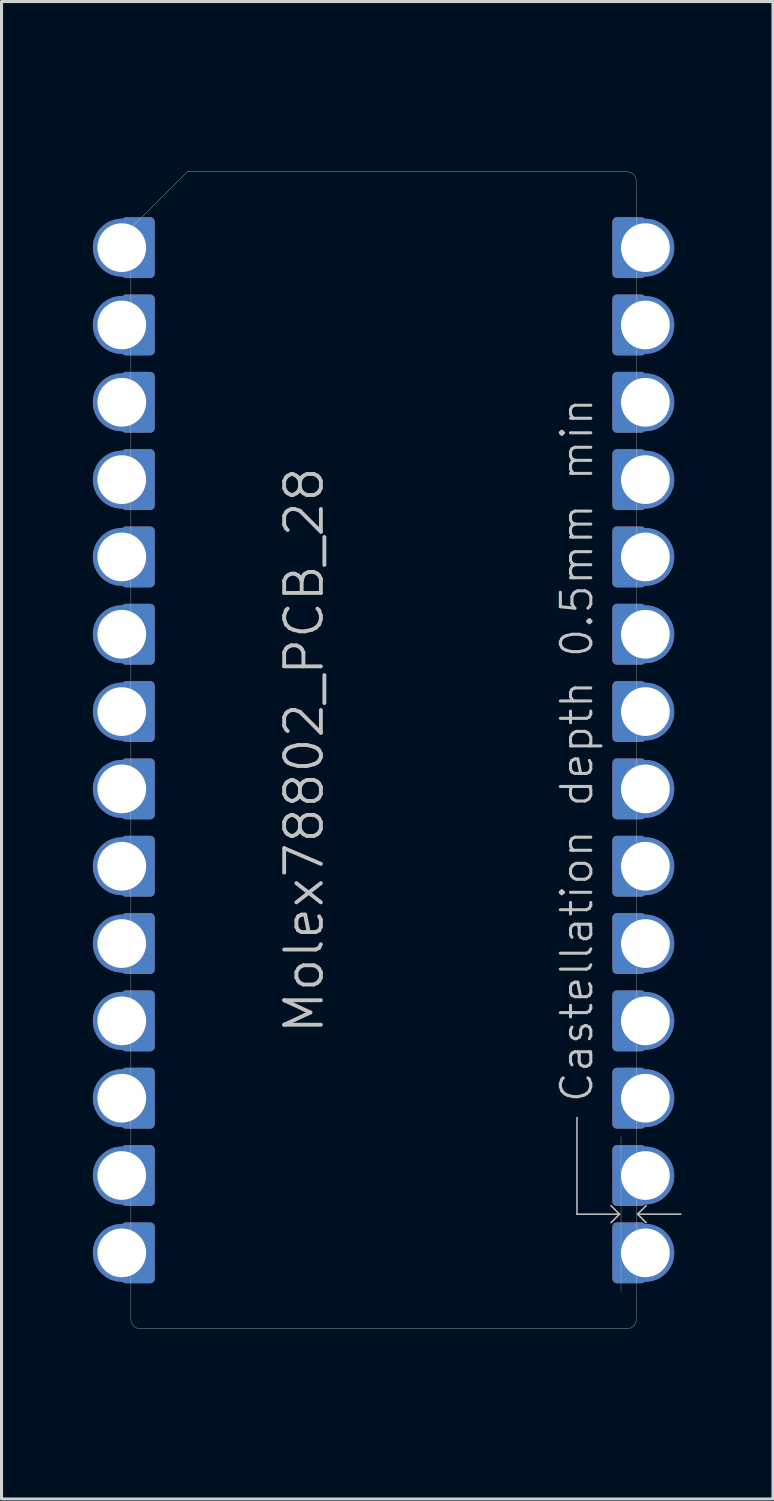
<source format=kicad_pcb>
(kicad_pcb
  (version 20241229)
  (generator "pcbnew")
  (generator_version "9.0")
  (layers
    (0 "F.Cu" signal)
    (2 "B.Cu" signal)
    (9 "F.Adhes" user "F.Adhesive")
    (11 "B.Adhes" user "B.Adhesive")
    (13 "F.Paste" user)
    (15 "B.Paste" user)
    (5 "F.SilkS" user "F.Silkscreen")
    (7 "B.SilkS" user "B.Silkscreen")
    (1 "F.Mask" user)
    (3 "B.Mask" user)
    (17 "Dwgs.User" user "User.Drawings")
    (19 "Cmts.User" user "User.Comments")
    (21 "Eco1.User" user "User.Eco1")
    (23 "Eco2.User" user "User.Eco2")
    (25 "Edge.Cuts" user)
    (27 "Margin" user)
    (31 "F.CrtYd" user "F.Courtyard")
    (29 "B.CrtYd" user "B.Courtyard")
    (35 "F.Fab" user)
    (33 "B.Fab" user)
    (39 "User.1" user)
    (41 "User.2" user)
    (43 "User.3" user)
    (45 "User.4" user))
  (footprint "Molex78802_PCB_28"
    (layer "F.Cu")
    (at 9.55 21.595)
    (property "Reference" "Molex78802_PCB_28" (at -1.905 0 270) (layer "Dwgs.User") (effects (font (size 1.206 1.206) (thickness 0.127)) (justify bottom)))
    (attr exclude_from_pos_files exclude_from_bom)
    (fp_line (start 6.353 12.065) (end 6.353 15.24) (stroke (width 0.05) (type solid)) (layer "Dwgs.User"))
    (fp_line (start 6.353 15.24) (end 7.75 15.24) (stroke (width 0.05) (type solid)) (layer "Dwgs.User"))
    (fp_line (start 7.47 14.96) (end 7.75 15.24) (stroke (width 0.05) (type solid)) (layer "Dwgs.User"))
    (fp_line (start 7.75 15.24) (end 7.47 15.52) (stroke (width 0.05) (type solid)) (layer "Dwgs.User"))
    (fp_line (start 7.8 17.78) (end 7.8 12.7) (stroke (width 0.01) (type solid)) (layer "Dwgs.User"))
    (fp_line (start 8.345 15.24) (end 8.625 15.52) (stroke (width 0.05) (type solid)) (layer "Dwgs.User"))
    (fp_line (start 8.37 15.24) (end 9.767 15.24) (stroke (width 0.05) (type solid)) (layer "Dwgs.User"))
    (fp_line (start 8.625 14.96) (end 8.345 15.24) (stroke (width 0.05) (type solid)) (layer "Dwgs.User"))
    (fp_line (start -8.26 -19.05) (end -0.762 -19.05) (stroke (width 0.01) (type solid)) (layer "Eco1.User"))
    (fp_line (start -8.26 19.05) (end -8.26 -19.05) (stroke (width 0.01) (type solid)) (layer "Eco1.User"))
    (fp_line (start -8.26 19.05) (end -4.559 19.05) (stroke (width 0.01) (type solid)) (layer "Eco1.User"))
    (fp_line (start -4.559 19.05) (end -4.559 21.59) (stroke (width 0.01) (type solid)) (layer "Eco1.User"))
    (fp_line (start -4.559 21.59) (end -3.035 21.59) (stroke (width 0.01) (type solid)) (layer "Eco1.User"))
    (fp_line (start -3.035 21.59) (end -3.035 19.05) (stroke (width 0.01) (type solid)) (layer "Eco1.User"))
    (fp_line (start -0.762 -21.59) (end 0.762 -21.59) (stroke (width 0.01) (type solid)) (layer "Eco1.User"))
    (fp_line (start -0.762 -19.05) (end -0.762 -21.59) (stroke (width 0.01) (type solid)) (layer "Eco1.User"))
    (fp_line (start 0.762 -21.59) (end 0.762 -19.05) (stroke (width 0.01) (type solid)) (layer "Eco1.User"))
    (fp_line (start 0.762 -19.05) (end 8.26 -19.05) (stroke (width 0.01) (type solid)) (layer "Eco1.User"))
    (fp_line (start 3.035 19.05) (end -3.035 19.05) (stroke (width 0.01) (type solid)) (layer "Eco1.User"))
    (fp_line (start 3.035 21.59) (end 3.035 19.05) (stroke (width 0.01) (type solid)) (layer "Eco1.User"))
    (fp_line (start 4.559 19.05) (end 4.559 21.59) (stroke (width 0.01) (type solid)) (layer "Eco1.User"))
    (fp_line (start 4.559 19.05) (end 8.26 19.05) (stroke (width 0.01) (type solid)) (layer "Eco1.User"))
    (fp_line (start 4.559 21.59) (end 3.035 21.59) (stroke (width 0.01) (type solid)) (layer "Eco1.User"))
    (fp_line (start 8.26 19.05) (end 8.26 -19.05) (stroke (width 0.01) (type solid)) (layer "Eco1.User"))
    (fp_line (start -8.3 18.7) (end -8.3 -17.15) (stroke (width 0.01) (type solid)) (layer "Edge.Cuts"))
    (fp_line (start -8 19) (end 8 19) (stroke (width 0.01) (type solid)) (layer "Edge.Cuts"))
    (fp_line (start -6.45 -19) (end -8.3 -17.15) (stroke (width 0.01) (type solid)) (layer "Edge.Cuts"))
    (fp_line (start 8 -19) (end -6.45 -19) (stroke (width 0.01) (type solid)) (layer "Edge.Cuts"))
    (fp_line (start 8.3 18.7) (end 8.3 -18.7) (stroke (width 0.01) (type solid)) (layer "Edge.Cuts"))
    (fp_arc (start -8 19) (mid -8.212132 18.912132) (end -8.3 18.7) (stroke (width 0.01) (type solid)) (layer "Edge.Cuts"))
    (fp_arc (start 8 -19) (mid 8.212132 -18.912132) (end 8.3 -18.7) (stroke (width 0.01) (type solid)) (layer "Edge.Cuts"))
    (fp_arc (start 8.3 18.7) (mid 8.212132 18.912132) (end 8 19) (stroke (width 0.01) (type solid)) (layer "Edge.Cuts"))
    (fp_text user "Castellation depth 0.5mm min" (at 6.35 0 270) (layer "Dwgs.User") (effects (font (size 1 1) (thickness 0.1))))
    (fp_text user "User.Eco1 = alternate Edge.Cuts for use without carrier." (at -4.445 0 270) (layer "Eco1.User") (effects (font (size 0.8 0.8) (thickness 0.05))))
    (pad "1" thru_hole circle (at -8.6 -16.51) (size 1.9 1.9) (drill 1.6) (property pad_prop_castellated) (layers "*.Cu" "*.Mask"))
    (pad "1" smd roundrect (at -8.065 -16.51) (size 1.1 2) (layers "F.Cu") (roundrect_rratio 0.136))
    (pad "1" smd roundrect (at -8.065 -16.51) (size 1.1 2) (layers "B.Cu") (roundrect_rratio 0.136))
    (pad "2" thru_hole circle (at -8.6 -13.97) (size 1.9 1.9) (drill 1.6) (property pad_prop_castellated) (layers "*.Cu" "*.Mask"))
    (pad "2" smd roundrect (at -8.065 -13.97) (size 1.1 2) (layers "F.Cu") (roundrect_rratio 0.136))
    (pad "2" smd roundrect (at -8.065 -13.97) (size 1.1 2) (layers "B.Cu") (roundrect_rratio 0.136))
    (pad "3" thru_hole circle (at -8.6 -11.43) (size 1.9 1.9) (drill 1.6) (property pad_prop_castellated) (layers "*.Cu" "*.Mask"))
    (pad "3" smd roundrect (at -8.065 -11.43) (size 1.1 2) (layers "F.Cu") (roundrect_rratio 0.136))
    (pad "3" smd roundrect (at -8.065 -11.43) (size 1.1 2) (layers "B.Cu") (roundrect_rratio 0.136))
    (pad "4" thru_hole circle (at -8.6 -8.89) (size 1.9 1.9) (drill 1.6) (property pad_prop_castellated) (layers "*.Cu" "*.Mask"))
    (pad "4" smd roundrect (at -8.065 -8.89) (size 1.1 2) (layers "F.Cu") (roundrect_rratio 0.136))
    (pad "4" smd roundrect (at -8.065 -8.89) (size 1.1 2) (layers "B.Cu") (roundrect_rratio 0.136))
    (pad "5" thru_hole circle (at -8.6 -6.35) (size 1.9 1.9) (drill 1.6) (property pad_prop_castellated) (layers "*.Cu" "*.Mask"))
    (pad "5" smd roundrect (at -8.065 -6.35) (size 1.1 2) (layers "F.Cu") (roundrect_rratio 0.136))
    (pad "5" smd roundrect (at -8.065 -6.35) (size 1.1 2) (layers "B.Cu") (roundrect_rratio 0.136))
    (pad "6" thru_hole circle (at -8.6 -3.81) (size 1.9 1.9) (drill 1.6) (property pad_prop_castellated) (layers "*.Cu" "*.Mask"))
    (pad "6" smd roundrect (at -8.065 -3.81) (size 1.1 2) (layers "F.Cu") (roundrect_rratio 0.136))
    (pad "6" smd roundrect (at -8.065 -3.81) (size 1.1 2) (layers "B.Cu") (roundrect_rratio 0.136))
    (pad "7" thru_hole circle (at -8.6 -1.27) (size 1.9 1.9) (drill 1.6) (property pad_prop_castellated) (layers "*.Cu" "*.Mask"))
    (pad "7" smd roundrect (at -8.065 -1.27) (size 1.1 2) (layers "F.Cu") (roundrect_rratio 0.136))
    (pad "7" smd roundrect (at -8.065 -1.27) (size 1.1 2) (layers "B.Cu") (roundrect_rratio 0.136))
    (pad "8" thru_hole circle (at -8.6 1.27) (size 1.9 1.9) (drill 1.6) (property pad_prop_castellated) (layers "*.Cu" "*.Mask"))
    (pad "8" smd roundrect (at -8.065 1.27) (size 1.1 2) (layers "F.Cu") (roundrect_rratio 0.136))
    (pad "8" smd roundrect (at -8.065 1.27) (size 1.1 2) (layers "B.Cu") (roundrect_rratio 0.136))
    (pad "9" thru_hole circle (at -8.6 3.81) (size 1.9 1.9) (drill 1.6) (property pad_prop_castellated) (layers "*.Cu" "*.Mask"))
    (pad "9" smd roundrect (at -8.065 3.81) (size 1.1 2) (layers "F.Cu") (roundrect_rratio 0.136))
    (pad "9" smd roundrect (at -8.065 3.81) (size 1.1 2) (layers "B.Cu") (roundrect_rratio 0.136))
    (pad "10" thru_hole circle (at -8.6 6.35) (size 1.9 1.9) (drill 1.6) (property pad_prop_castellated) (layers "*.Cu" "*.Mask"))
    (pad "10" smd roundrect (at -8.065 6.35) (size 1.1 2) (layers "F.Cu") (roundrect_rratio 0.136))
    (pad "10" smd roundrect (at -8.065 6.35) (size 1.1 2) (layers "B.Cu") (roundrect_rratio 0.136))
    (pad "11" thru_hole circle (at -8.6 8.89) (size 1.9 1.9) (drill 1.6) (property pad_prop_castellated) (layers "*.Cu" "*.Mask"))
    (pad "11" smd roundrect (at -8.065 8.89) (size 1.1 2) (layers "F.Cu") (roundrect_rratio 0.136))
    (pad "11" smd roundrect (at -8.065 8.89) (size 1.1 2) (layers "B.Cu") (roundrect_rratio 0.136))
    (pad "12" thru_hole circle (at -8.6 11.43) (size 1.9 1.9) (drill 1.6) (property pad_prop_castellated) (layers "*.Cu" "*.Mask"))
    (pad "12" smd roundrect (at -8.065 11.43) (size 1.1 2) (layers "F.Cu") (roundrect_rratio 0.136))
    (pad "12" smd roundrect (at -8.065 11.43) (size 1.1 2) (layers "B.Cu") (roundrect_rratio 0.136))
    (pad "13" thru_hole circle (at -8.6 13.97) (size 1.9 1.9) (drill 1.6) (property pad_prop_castellated) (layers "*.Cu" "*.Mask"))
    (pad "13" smd roundrect (at -8.065 13.97) (size 1.1 2) (layers "F.Cu") (roundrect_rratio 0.136))
    (pad "13" smd roundrect (at -8.065 13.97) (size 1.1 2) (layers "B.Cu") (roundrect_rratio 0.136))
    (pad "14" thru_hole circle (at -8.6 16.51) (size 1.9 1.9) (drill 1.6) (property pad_prop_castellated) (layers "*.Cu" "*.Mask"))
    (pad "14" smd roundrect (at -8.065 16.51) (size 1.1 2) (layers "F.Cu") (roundrect_rratio 0.136))
    (pad "14" smd roundrect (at -8.065 16.51) (size 1.1 2) (layers "B.Cu") (roundrect_rratio 0.136))
    (pad "15" smd roundrect (at 8.065 16.51) (size 1.1 2) (layers "F.Cu") (roundrect_rratio 0.136))
    (pad "15" smd roundrect (at 8.065 16.51) (size 1.1 2) (layers "B.Cu") (roundrect_rratio 0.136))
    (pad "15" thru_hole circle (at 8.6 16.51) (size 1.9 1.9) (drill 1.6) (property pad_prop_castellated) (layers "*.Cu" "*.Mask"))
    (pad "16" smd roundrect (at 8.065 13.97) (size 1.1 2) (layers "F.Cu") (roundrect_rratio 0.136))
    (pad "16" smd roundrect (at 8.065 13.97) (size 1.1 2) (layers "B.Cu") (roundrect_rratio 0.136))
    (pad "16" thru_hole circle (at 8.6 13.97) (size 1.9 1.9) (drill 1.6) (property pad_prop_castellated) (layers "*.Cu" "*.Mask"))
    (pad "17" smd roundrect (at 8.065 11.43) (size 1.1 2) (layers "F.Cu") (roundrect_rratio 0.136))
    (pad "17" smd roundrect (at 8.065 11.43) (size 1.1 2) (layers "B.Cu") (roundrect_rratio 0.136))
    (pad "17" thru_hole circle (at 8.6 11.43) (size 1.9 1.9) (drill 1.6) (property pad_prop_castellated) (layers "*.Cu" "*.Mask"))
    (pad "18" smd roundrect (at 8.065 8.89) (size 1.1 2) (layers "F.Cu") (roundrect_rratio 0.136))
    (pad "18" smd roundrect (at 8.065 8.89) (size 1.1 2) (layers "B.Cu") (roundrect_rratio 0.136))
    (pad "18" thru_hole circle (at 8.6 8.89) (size 1.9 1.9) (drill 1.6) (property pad_prop_castellated) (layers "*.Cu" "*.Mask"))
    (pad "19" smd roundrect (at 8.065 6.35) (size 1.1 2) (layers "F.Cu") (roundrect_rratio 0.136))
    (pad "19" smd roundrect (at 8.065 6.35) (size 1.1 2) (layers "B.Cu") (roundrect_rratio 0.136))
    (pad "19" thru_hole circle (at 8.6 6.35) (size 1.9 1.9) (drill 1.6) (property pad_prop_castellated) (layers "*.Cu" "*.Mask"))
    (pad "20" smd roundrect (at 8.065 3.81) (size 1.1 2) (layers "F.Cu") (roundrect_rratio 0.136))
    (pad "20" smd roundrect (at 8.065 3.81) (size 1.1 2) (layers "B.Cu") (roundrect_rratio 0.136))
    (pad "20" thru_hole circle (at 8.6 3.81) (size 1.9 1.9) (drill 1.6) (property pad_prop_castellated) (layers "*.Cu" "*.Mask"))
    (pad "21" smd roundrect (at 8.065 1.27) (size 1.1 2) (layers "F.Cu") (roundrect_rratio 0.136))
    (pad "21" smd roundrect (at 8.065 1.27) (size 1.1 2) (layers "B.Cu") (roundrect_rratio 0.136))
    (pad "21" thru_hole circle (at 8.6 1.27) (size 1.9 1.9) (drill 1.6) (property pad_prop_castellated) (layers "*.Cu" "*.Mask"))
    (pad "22" smd roundrect (at 8.065 -1.27) (size 1.1 2) (layers "F.Cu") (roundrect_rratio 0.136))
    (pad "22" smd roundrect (at 8.065 -1.27) (size 1.1 2) (layers "B.Cu") (roundrect_rratio 0.136))
    (pad "22" thru_hole circle (at 8.6 -1.27) (size 1.9 1.9) (drill 1.6) (property pad_prop_castellated) (layers "*.Cu" "*.Mask"))
    (pad "23" smd roundrect (at 8.065 -3.81) (size 1.1 2) (layers "F.Cu") (roundrect_rratio 0.136))
    (pad "23" smd roundrect (at 8.065 -3.81) (size 1.1 2) (layers "B.Cu") (roundrect_rratio 0.136))
    (pad "23" thru_hole circle (at 8.6 -3.81) (size 1.9 1.9) (drill 1.6) (property pad_prop_castellated) (layers "*.Cu" "*.Mask"))
    (pad "24" smd roundrect (at 8.065 -6.35) (size 1.1 2) (layers "F.Cu") (roundrect_rratio 0.136))
    (pad "24" smd roundrect (at 8.065 -6.35) (size 1.1 2) (layers "B.Cu") (roundrect_rratio 0.136))
    (pad "24" thru_hole circle (at 8.6 -6.35) (size 1.9 1.9) (drill 1.6) (property pad_prop_castellated) (layers "*.Cu" "*.Mask"))
    (pad "25" smd roundrect (at 8.065 -8.89) (size 1.1 2) (layers "F.Cu") (roundrect_rratio 0.136))
    (pad "25" smd roundrect (at 8.065 -8.89) (size 1.1 2) (layers "B.Cu") (roundrect_rratio 0.136))
    (pad "25" thru_hole circle (at 8.6 -8.89) (size 1.9 1.9) (drill 1.6) (property pad_prop_castellated) (layers "*.Cu" "*.Mask"))
    (pad "26" smd roundrect (at 8.065 -11.43) (size 1.1 2) (layers "F.Cu") (roundrect_rratio 0.136))
    (pad "26" smd roundrect (at 8.065 -11.43) (size 1.1 2) (layers "B.Cu") (roundrect_rratio 0.136))
    (pad "26" thru_hole circle (at 8.6 -11.43) (size 1.9 1.9) (drill 1.6) (property pad_prop_castellated) (layers "*.Cu" "*.Mask"))
    (pad "27" smd roundrect (at 8.065 -13.97) (size 1.1 2) (layers "F.Cu") (roundrect_rratio 0.136))
    (pad "27" smd roundrect (at 8.065 -13.97) (size 1.1 2) (layers "B.Cu") (roundrect_rratio 0.136))
    (pad "27" thru_hole circle (at 8.6 -13.97) (size 1.9 1.9) (drill 1.6) (property pad_prop_castellated) (layers "*.Cu" "*.Mask"))
    (pad "28" smd roundrect (at 8.065 -16.51) (size 1.1 2) (layers "F.Cu") (roundrect_rratio 0.136))
    (pad "28" smd roundrect (at 8.065 -16.51) (size 1.1 2) (layers "B.Cu") (roundrect_rratio 0.136))
    (pad "28" thru_hole circle (at 8.6 -16.51) (size 1.9 1.9) (drill 1.6) (property pad_prop_castellated) (layers "*.Cu" "*.Mask")))
  (gr_rect
    (start -3 -3)
    (end 22.342 46.19)
    (stroke (width 0.1) (type default))
    (fill no)
    (layer "Edge.Cuts")))
</source>
